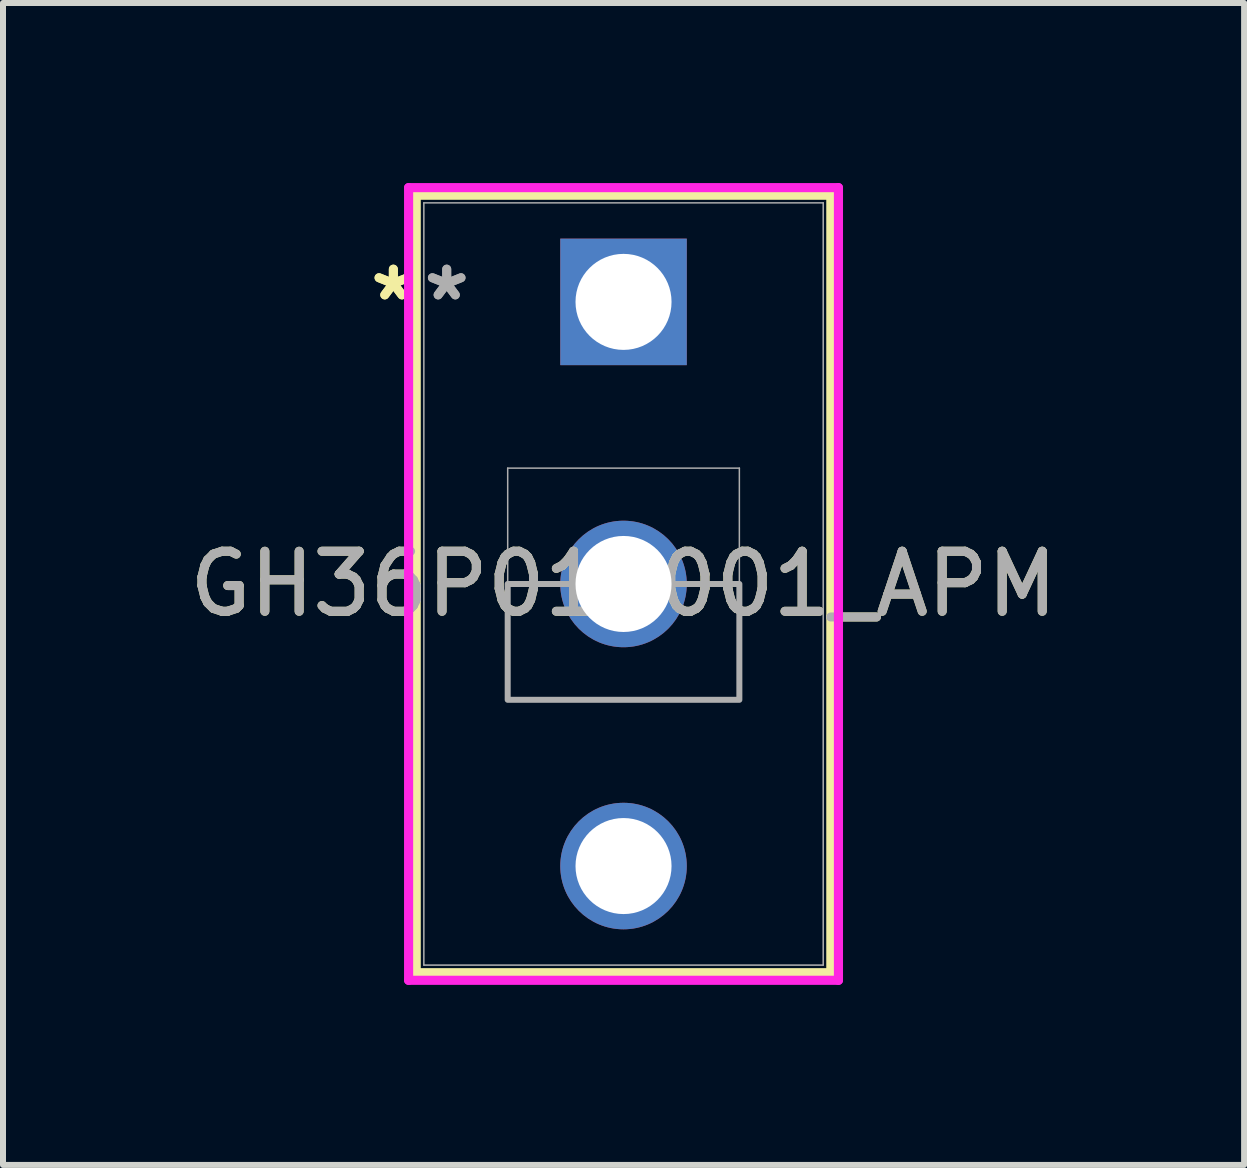
<source format=kicad_pcb>
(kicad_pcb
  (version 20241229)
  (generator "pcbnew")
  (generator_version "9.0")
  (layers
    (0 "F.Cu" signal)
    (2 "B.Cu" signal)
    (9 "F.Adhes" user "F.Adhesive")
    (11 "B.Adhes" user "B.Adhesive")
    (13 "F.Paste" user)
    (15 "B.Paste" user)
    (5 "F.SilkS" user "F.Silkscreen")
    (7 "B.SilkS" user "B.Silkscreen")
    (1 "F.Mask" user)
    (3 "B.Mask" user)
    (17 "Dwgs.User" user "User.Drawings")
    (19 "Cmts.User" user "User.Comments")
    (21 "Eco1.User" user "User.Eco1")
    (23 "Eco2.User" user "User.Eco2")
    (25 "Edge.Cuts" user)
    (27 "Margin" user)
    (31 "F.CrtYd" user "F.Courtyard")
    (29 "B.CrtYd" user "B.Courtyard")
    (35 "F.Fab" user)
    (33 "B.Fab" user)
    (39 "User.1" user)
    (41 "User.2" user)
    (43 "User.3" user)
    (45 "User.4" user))
  (footprint "GH36P010001_APM"
    (layer "F.Cu")
    (at 7.339 1.98)
    (property "Reference" "GH36P010001_APM" (at 0 4.7 0) (unlocked yes) (layer "F.SilkS") (effects (font (size 1 1) (thickness 0.15))))
    (attr through_hole)
    (fp_line (start -3.454 -1.777) (end -3.454 11.177) (stroke (width 0.152) (type solid)) (layer "F.SilkS"))
    (fp_line (start -3.454 11.177) (end 3.454 11.177) (stroke (width 0.152) (type solid)) (layer "F.SilkS"))
    (fp_line (start 3.454 -1.777) (end -3.454 -1.777) (stroke (width 0.152) (type solid)) (layer "F.SilkS"))
    (fp_line (start 3.454 11.177) (end 3.454 -1.777) (stroke (width 0.152) (type solid)) (layer "F.SilkS"))
    (fp_line (start -3.581 -1.904) (end -3.581 11.304) (stroke (width 0.152) (type solid)) (layer "F.CrtYd"))
    (fp_line (start -3.581 11.304) (end 3.581 11.304) (stroke (width 0.152) (type solid)) (layer "F.CrtYd"))
    (fp_line (start 3.581 -1.904) (end -3.581 -1.904) (stroke (width 0.152) (type solid)) (layer "F.CrtYd"))
    (fp_line (start 3.581 11.304) (end 3.581 -1.904) (stroke (width 0.152) (type solid)) (layer "F.CrtYd"))
    (fp_line (start -3.327 -1.65) (end -3.327 11.05) (stroke (width 0.025) (type solid)) (layer "F.Fab"))
    (fp_line (start -3.327 11.05) (end 3.327 11.05) (stroke (width 0.025) (type solid)) (layer "F.Fab"))
    (fp_line (start -1.93 2.77) (end 1.93 2.77) (stroke (width 0.025) (type solid)) (layer "F.Fab"))
    (fp_line (start -1.93 6.63) (end -1.93 2.77) (stroke (width 0.025) (type solid)) (layer "F.Fab"))
    (fp_line (start 1.93 2.77) (end 1.93 6.63) (stroke (width 0.025) (type solid)) (layer "F.Fab"))
    (fp_line (start 1.93 6.63) (end -1.93 6.63) (stroke (width 0.025) (type solid)) (layer "F.Fab"))
    (fp_line (start 3.327 -1.65) (end -3.327 -1.65) (stroke (width 0.025) (type solid)) (layer "F.Fab"))
    (fp_line (start 3.327 11.05) (end 3.327 -1.65) (stroke (width 0.025) (type solid)) (layer "F.Fab"))
    (fp_poly (pts (xy -1.93 6.63) (xy -1.93 4.7) (xy 1.93 4.7) (xy 1.93 6.63)) (stroke (width 0.1) (type solid)) (fill no) (layer "F.Fab"))
    (fp_text user "*" (at -3.835 0 0) (unlocked yes) (layer "F.SilkS") (effects (font (size 1 1) (thickness 0.15))))
    (fp_text user "*" (at -3.835 0 0) (layer "F.SilkS") (effects (font (size 1 1) (thickness 0.15))))
    (fp_text user "*" (at -2.946 0 0) (layer "F.Fab") (effects (font (size 1 1) (thickness 0.15))))
    (fp_text user "*" (at -2.946 0 0) (unlocked yes) (layer "F.Fab") (effects (font (size 1 1) (thickness 0.15))))
    (fp_text user "${REFERENCE}" (at 0 4.7 0) (unlocked yes) (layer "F.Fab") (effects (font (size 1 1) (thickness 0.15))))
    (pad "1" thru_hole rect (at 0 0) (size 2.108 2.108) (drill 1.6) (layers "*.Cu" "*.Mask"))
    (pad "2" thru_hole circle (at 0 4.7) (size 2.108 2.108) (drill 1.6) (layers "*.Cu" "*.Mask"))
    (pad "3" thru_hole circle (at 0 9.4) (size 2.108 2.108) (drill 1.6) (layers "*.Cu" "*.Mask")))
  (gr_rect
    (start -3 -3)
    (end 17.679 16.36)
    (stroke (width 0.1) (type default))
    (fill no)
    (layer "Edge.Cuts")))
</source>
